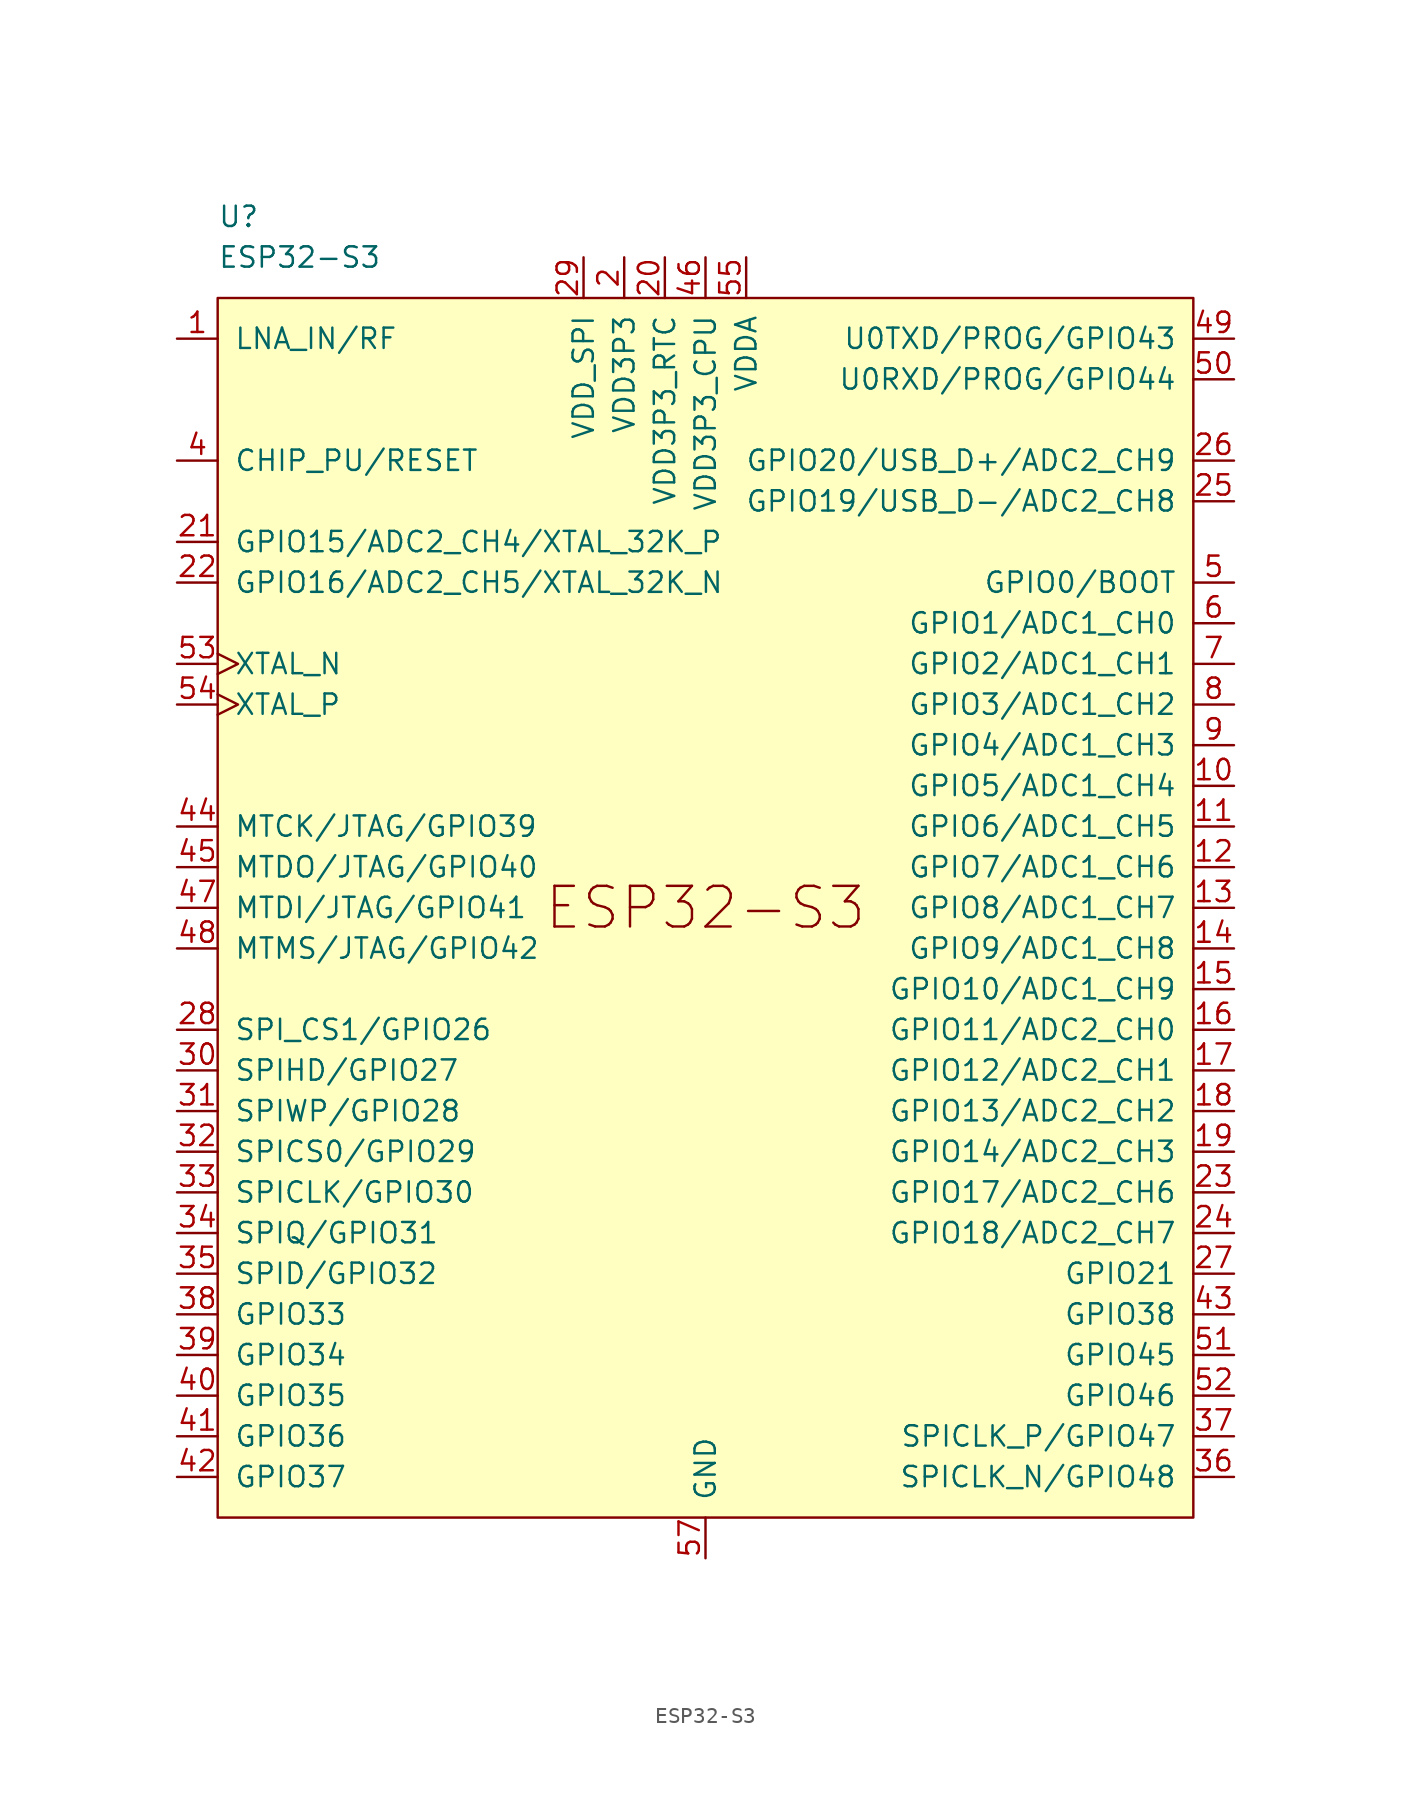
<source format=kicad_sym>
(kicad_symbol_lib
  (version 20241209)
  (generator "kicad_symbol_editor")
  (generator_version "9.0")
  (symbol "ESP32-S3"
    (pin_names
      (offset 1.016))
    (property "Reference" "U"
      (at -30.48 43.18 0)
      (effects (font (size 1.27 1.27)) (justify left)))
    (property "Value" "ESP32-S3"
      (at -30.48 40.64 0)
      (effects (font (size 1.27 1.27)) (justify left)))
    (symbol "ESP32-S3_0_0"
      (text "ESP32-S3" (at 0 0 0) (effects (font (size 2.54 2.54))))
      (pin bidirectional line (at 33.02 -33.02 180) (length 2.54) (name "SPICLK_P/GPIO47" (effects (font (size 1.27 1.27)))) (number "37" (effects (font (size 1.27 1.27)))))
      (pin bidirectional line (at 33.02 -35.56 180) (length 2.54) (name "SPICLK_N/GPIO48" (effects (font (size 1.27 1.27)))) (number "36" (effects (font (size 1.27 1.27))))))
    (symbol "ESP32-S3_0_1"
      (rectangle (start -30.48 38.1) (end 30.48 -38.1) (stroke (width 0) (type default)) (fill (type background))))
    (symbol "ESP32-S3_1_1"
      (pin bidirectional line (at -33.02 35.56 0) (length 2.54) (name "LNA_IN/RF" (effects (font (size 1.27 1.27)))) (number "1" (effects (font (size 1.27 1.27)))))
      (pin input line (at -33.02 27.94 0) (length 2.54) (name "CHIP_PU/RESET" (effects (font (size 1.27 1.27)))) (number "4" (effects (font (size 1.27 1.27)))))
      (pin bidirectional line (at -33.02 22.86 0) (length 2.54) (name "GPIO15/ADC2_CH4/XTAL_32K_P" (effects (font (size 1.27 1.27)))) (number "21" (effects (font (size 1.27 1.27)))))
      (pin bidirectional line (at -33.02 20.32 0) (length 2.54) (name "GPIO16/ADC2_CH5/XTAL_32K_N" (effects (font (size 1.27 1.27)))) (number "22" (effects (font (size 1.27 1.27)))))
      (pin input clock (at -33.02 15.24 0) (length 2.54) (name "XTAL_N" (effects (font (size 1.27 1.27)))) (number "53" (effects (font (size 1.27 1.27)))))
      (pin output clock (at -33.02 12.7 0) (length 2.54) (name "XTAL_P" (effects (font (size 1.27 1.27)))) (number "54" (effects (font (size 1.27 1.27)))))
      (pin bidirectional line (at -33.02 5.08 0) (length 2.54) (name "MTCK/JTAG/GPIO39" (effects (font (size 1.27 1.27)))) (number "44" (effects (font (size 1.27 1.27)))))
      (pin bidirectional line (at -33.02 2.54 0) (length 2.54) (name "MTDO/JTAG/GPIO40" (effects (font (size 1.27 1.27)))) (number "45" (effects (font (size 1.27 1.27)))))
      (pin bidirectional line (at -33.02 0 0) (length 2.54) (name "MTDI/JTAG/GPIO41" (effects (font (size 1.27 1.27)))) (number "47" (effects (font (size 1.27 1.27)))))
      (pin bidirectional line (at -33.02 -2.54 0) (length 2.54) (name "MTMS/JTAG/GPIO42" (effects (font (size 1.27 1.27)))) (number "48" (effects (font (size 1.27 1.27)))))
      (pin bidirectional line (at -33.02 -7.62 0) (length 2.54) (name "SPI_CS1/GPIO26" (effects (font (size 1.27 1.27)))) (number "28" (effects (font (size 1.27 1.27)))))
      (pin bidirectional line (at -33.02 -10.16 0) (length 2.54) (name "SPIHD/GPIO27" (effects (font (size 1.27 1.27)))) (number "30" (effects (font (size 1.27 1.27)))))
      (pin bidirectional line (at -33.02 -12.7 0) (length 2.54) (name "SPIWP/GPIO28" (effects (font (size 1.27 1.27)))) (number "31" (effects (font (size 1.27 1.27)))))
      (pin bidirectional line (at -33.02 -15.24 0) (length 2.54) (name "SPICS0/GPIO29" (effects (font (size 1.27 1.27)))) (number "32" (effects (font (size 1.27 1.27)))))
      (pin bidirectional line (at -33.02 -17.78 0) (length 2.54) (name "SPICLK/GPIO30" (effects (font (size 1.27 1.27)))) (number "33" (effects (font (size 1.27 1.27)))))
      (pin bidirectional line (at -33.02 -20.32 0) (length 2.54) (name "SPIQ/GPIO31" (effects (font (size 1.27 1.27)))) (number "34" (effects (font (size 1.27 1.27)))))
      (pin bidirectional line (at -33.02 -22.86 0) (length 2.54) (name "SPID/GPIO32" (effects (font (size 1.27 1.27)))) (number "35" (effects (font (size 1.27 1.27)))))
      (pin bidirectional line (at -33.02 -25.4 0) (length 2.54) (name "GPIO33" (effects (font (size 1.27 1.27)))) (number "38" (effects (font (size 1.27 1.27)))))
      (pin bidirectional line (at -33.02 -27.94 0) (length 2.54) (name "GPIO34" (effects (font (size 1.27 1.27)))) (number "39" (effects (font (size 1.27 1.27)))))
      (pin bidirectional line (at -33.02 -30.48 0) (length 2.54) (name "GPIO35" (effects (font (size 1.27 1.27)))) (number "40" (effects (font (size 1.27 1.27)))))
      (pin bidirectional line (at -33.02 -33.02 0) (length 2.54) (name "GPIO36" (effects (font (size 1.27 1.27)))) (number "41" (effects (font (size 1.27 1.27)))))
      (pin bidirectional line (at -33.02 -35.56 0) (length 2.54) (name "GPIO37" (effects (font (size 1.27 1.27)))) (number "42" (effects (font (size 1.27 1.27)))))
      (pin power_out line (at -7.62 40.64 270) (length 2.54) (name "VDD_SPI" (effects (font (size 1.27 1.27)))) (number "29" (effects (font (size 1.27 1.27)))))
      (pin power_in line (at -5.08 40.64 270) (length 2.54) (name "VDD3P3" (effects (font (size 1.27 1.27)))) (number "2" (effects (font (size 1.27 1.27)))))
      (pin power_in line (at -5.08 40.64 270) (length 2.54) (hide yes) (name "VDD3P3" (effects (font (size 1.27 1.27)))) (number "3" (effects (font (size 1.27 1.27)))))
      (pin power_in line (at -2.54 40.64 270) (length 2.54) (name "VDD3P3_RTC" (effects (font (size 1.27 1.27)))) (number "20" (effects (font (size 1.27 1.27)))))
      (pin power_in line (at 0 40.64 270) (length 2.54) (name "VDD3P3_CPU" (effects (font (size 1.27 1.27)))) (number "46" (effects (font (size 1.27 1.27)))))
      (pin power_in line (at 0 -40.64 90) (length 2.54) (name "GND" (effects (font (size 1.27 1.27)))) (number "57" (effects (font (size 1.27 1.27)))))
      (pin power_in line (at 2.54 40.64 270) (length 2.54) (name "VDDA" (effects (font (size 1.27 1.27)))) (number "55" (effects (font (size 1.27 1.27)))))
      (pin passive line (at 2.54 40.64 270) (length 2.54) (hide yes) (name "VDDA" (effects (font (size 1.27 1.27)))) (number "56" (effects (font (size 1.27 1.27)))))
      (pin bidirectional line (at 33.02 35.56 180) (length 2.54) (name "U0TXD/PROG/GPIO43" (effects (font (size 1.27 1.27)))) (number "49" (effects (font (size 1.27 1.27)))))
      (pin bidirectional line (at 33.02 33.02 180) (length 2.54) (name "U0RXD/PROG/GPIO44" (effects (font (size 1.27 1.27)))) (number "50" (effects (font (size 1.27 1.27)))))
      (pin bidirectional line (at 33.02 27.94 180) (length 2.54) (name "GPIO20/USB_D+/ADC2_CH9" (effects (font (size 1.27 1.27)))) (number "26" (effects (font (size 1.27 1.27)))))
      (pin bidirectional line (at 33.02 25.4 180) (length 2.54) (name "GPIO19/USB_D-/ADC2_CH8" (effects (font (size 1.27 1.27)))) (number "25" (effects (font (size 1.27 1.27)))))
      (pin bidirectional line (at 33.02 20.32 180) (length 2.54) (name "GPIO0/BOOT" (effects (font (size 1.27 1.27)))) (number "5" (effects (font (size 1.27 1.27)))))
      (pin bidirectional line (at 33.02 17.78 180) (length 2.54) (name "GPIO1/ADC1_CH0" (effects (font (size 1.27 1.27)))) (number "6" (effects (font (size 1.27 1.27)))))
      (pin bidirectional line (at 33.02 15.24 180) (length 2.54) (name "GPIO2/ADC1_CH1" (effects (font (size 1.27 1.27)))) (number "7" (effects (font (size 1.27 1.27)))))
      (pin bidirectional line (at 33.02 12.7 180) (length 2.54) (name "GPIO3/ADC1_CH2" (effects (font (size 1.27 1.27)))) (number "8" (effects (font (size 1.27 1.27)))))
      (pin bidirectional line (at 33.02 10.16 180) (length 2.54) (name "GPIO4/ADC1_CH3" (effects (font (size 1.27 1.27)))) (number "9" (effects (font (size 1.27 1.27)))))
      (pin bidirectional line (at 33.02 7.62 180) (length 2.54) (name "GPIO5/ADC1_CH4" (effects (font (size 1.27 1.27)))) (number "10" (effects (font (size 1.27 1.27)))))
      (pin bidirectional line (at 33.02 5.08 180) (length 2.54) (name "GPIO6/ADC1_CH5" (effects (font (size 1.27 1.27)))) (number "11" (effects (font (size 1.27 1.27)))))
      (pin bidirectional line (at 33.02 2.54 180) (length 2.54) (name "GPIO7/ADC1_CH6" (effects (font (size 1.27 1.27)))) (number "12" (effects (font (size 1.27 1.27)))))
      (pin bidirectional line (at 33.02 0 180) (length 2.54) (name "GPIO8/ADC1_CH7" (effects (font (size 1.27 1.27)))) (number "13" (effects (font (size 1.27 1.27)))))
      (pin bidirectional line (at 33.02 -2.54 180) (length 2.54) (name "GPIO9/ADC1_CH8" (effects (font (size 1.27 1.27)))) (number "14" (effects (font (size 1.27 1.27)))))
      (pin bidirectional line (at 33.02 -5.08 180) (length 2.54) (name "GPIO10/ADC1_CH9" (effects (font (size 1.27 1.27)))) (number "15" (effects (font (size 1.27 1.27)))))
      (pin bidirectional line (at 33.02 -7.62 180) (length 2.54) (name "GPIO11/ADC2_CH0" (effects (font (size 1.27 1.27)))) (number "16" (effects (font (size 1.27 1.27)))))
      (pin bidirectional line (at 33.02 -10.16 180) (length 2.54) (name "GPIO12/ADC2_CH1" (effects (font (size 1.27 1.27)))) (number "17" (effects (font (size 1.27 1.27)))))
      (pin bidirectional line (at 33.02 -12.7 180) (length 2.54) (name "GPIO13/ADC2_CH2" (effects (font (size 1.27 1.27)))) (number "18" (effects (font (size 1.27 1.27)))))
      (pin bidirectional line (at 33.02 -15.24 180) (length 2.54) (name "GPIO14/ADC2_CH3" (effects (font (size 1.27 1.27)))) (number "19" (effects (font (size 1.27 1.27)))))
      (pin bidirectional line (at 33.02 -17.78 180) (length 2.54) (name "GPIO17/ADC2_CH6" (effects (font (size 1.27 1.27)))) (number "23" (effects (font (size 1.27 1.27)))))
      (pin bidirectional line (at 33.02 -20.32 180) (length 2.54) (name "GPIO18/ADC2_CH7" (effects (font (size 1.27 1.27)))) (number "24" (effects (font (size 1.27 1.27)))))
      (pin bidirectional line (at 33.02 -22.86 180) (length 2.54) (name "GPIO21" (effects (font (size 1.27 1.27)))) (number "27" (effects (font (size 1.27 1.27)))))
      (pin bidirectional line (at 33.02 -25.4 180) (length 2.54) (name "GPIO38" (effects (font (size 1.27 1.27)))) (number "43" (effects (font (size 1.27 1.27)))))
      (pin bidirectional line (at 33.02 -27.94 180) (length 2.54) (name "GPIO45" (effects (font (size 1.27 1.27)))) (number "51" (effects (font (size 1.27 1.27)))))
      (pin bidirectional line (at 33.02 -30.48 180) (length 2.54) (name "GPIO46" (effects (font (size 1.27 1.27)))) (number "52" (effects (font (size 1.27 1.27))))))))
</source>
